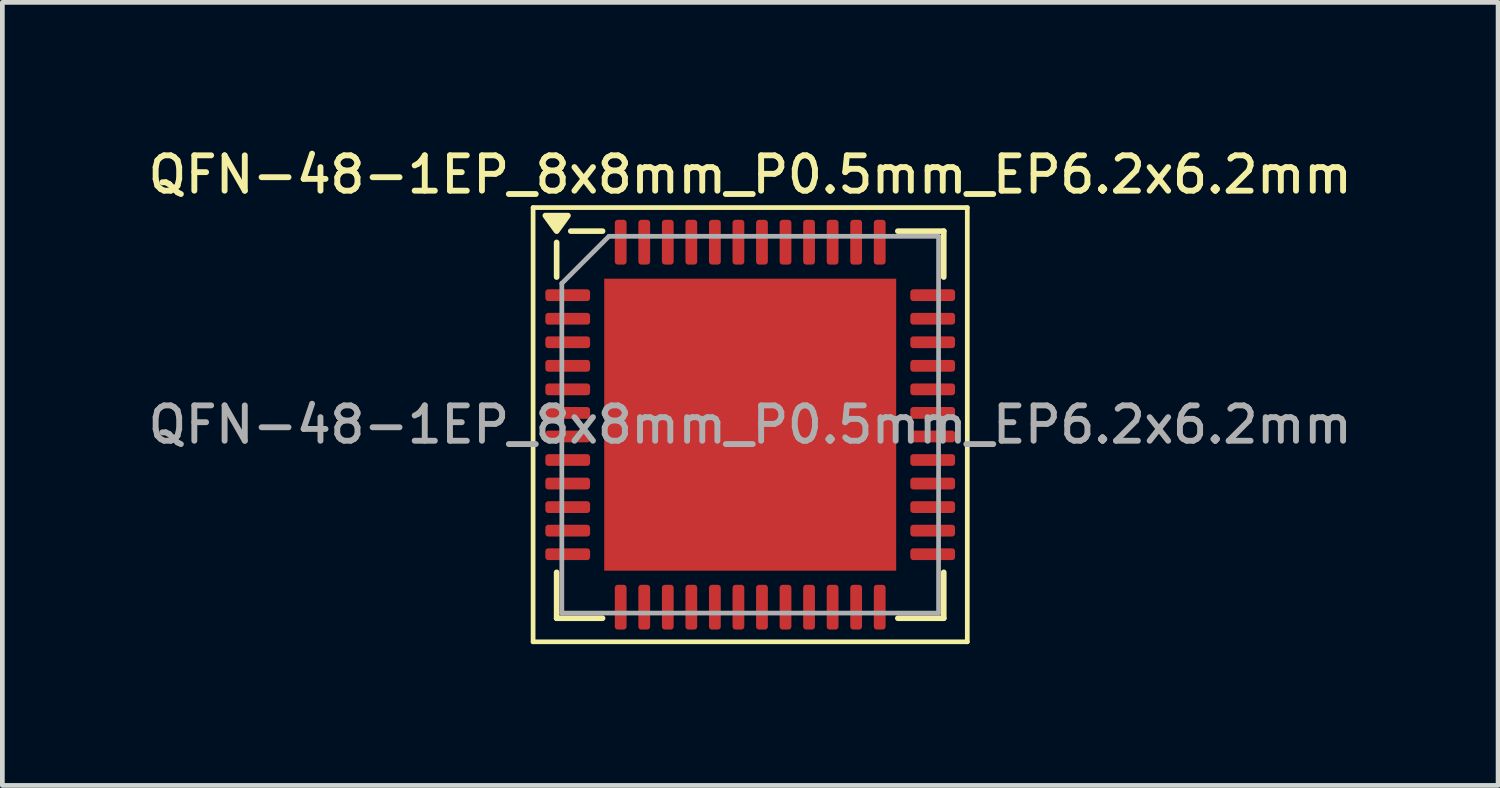
<source format=kicad_pcb>
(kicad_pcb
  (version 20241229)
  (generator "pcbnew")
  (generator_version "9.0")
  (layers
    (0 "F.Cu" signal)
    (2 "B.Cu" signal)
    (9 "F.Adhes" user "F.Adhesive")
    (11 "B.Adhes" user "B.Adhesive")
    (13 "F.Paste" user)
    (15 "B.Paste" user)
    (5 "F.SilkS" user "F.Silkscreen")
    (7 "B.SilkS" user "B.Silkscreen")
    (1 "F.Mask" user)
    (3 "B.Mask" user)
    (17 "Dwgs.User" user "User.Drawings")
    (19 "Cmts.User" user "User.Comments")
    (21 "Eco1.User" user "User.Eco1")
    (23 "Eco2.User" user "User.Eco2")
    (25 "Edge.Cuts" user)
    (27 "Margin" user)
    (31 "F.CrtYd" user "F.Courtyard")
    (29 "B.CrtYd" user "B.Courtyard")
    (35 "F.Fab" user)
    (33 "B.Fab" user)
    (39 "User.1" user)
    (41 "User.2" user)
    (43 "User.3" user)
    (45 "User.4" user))
  (footprint "QFN-48-1EP_8x8mm_P0.5mm_EP6.2x6.2mm"
    (layer "F.Cu")
    (at 12.88 5.968)
    (property "Reference" "QFN-48-1EP_8x8mm_P0.5mm_EP6.2x6.2mm" (at 0 -5.31 0) (layer "F.SilkS") (effects (font (size 0.75 0.75) (thickness 0.125))))
    (attr smd)
    (fp_line (start -4.61 -4.61) (end -4.61 4.61) (stroke (width 0.1) (type solid)) (layer "F.SilkS"))
    (fp_line (start -4.61 4.61) (end 4.61 4.61) (stroke (width 0.1) (type solid)) (layer "F.SilkS"))
    (fp_line (start -4.11 -3.135) (end -4.11 -3.87) (stroke (width 0.12) (type solid)) (layer "F.SilkS"))
    (fp_line (start -4.11 4.11) (end -4.11 3.135) (stroke (width 0.12) (type solid)) (layer "F.SilkS"))
    (fp_line (start -3.135 -4.11) (end -3.81 -4.11) (stroke (width 0.12) (type solid)) (layer "F.SilkS"))
    (fp_line (start -3.135 4.11) (end -4.11 4.11) (stroke (width 0.12) (type solid)) (layer "F.SilkS"))
    (fp_line (start 3.135 -4.11) (end 4.11 -4.11) (stroke (width 0.12) (type solid)) (layer "F.SilkS"))
    (fp_line (start 3.135 4.11) (end 4.11 4.11) (stroke (width 0.12) (type solid)) (layer "F.SilkS"))
    (fp_line (start 4.11 -4.11) (end 4.11 -3.135) (stroke (width 0.12) (type solid)) (layer "F.SilkS"))
    (fp_line (start 4.11 4.11) (end 4.11 3.135) (stroke (width 0.12) (type solid)) (layer "F.SilkS"))
    (fp_line (start 4.61 -4.61) (end -4.61 -4.61) (stroke (width 0.1) (type solid)) (layer "F.SilkS"))
    (fp_line (start 4.61 4.61) (end 4.61 -4.61) (stroke (width 0.1) (type solid)) (layer "F.SilkS"))
    (fp_poly (pts (xy -4.11 -4.11) (xy -4.35 -4.44) (xy -3.87 -4.44) (xy -4.11 -4.11)) (stroke (width 0.12) (type solid)) (fill yes) (layer "F.SilkS"))
    (fp_line (start -4 -3) (end -3 -4) (stroke (width 0.1) (type solid)) (layer "F.Fab"))
    (fp_line (start -4 4) (end -4 -3) (stroke (width 0.1) (type solid)) (layer "F.Fab"))
    (fp_line (start -3 -4) (end 4 -4) (stroke (width 0.1) (type solid)) (layer "F.Fab"))
    (fp_line (start 4 -4) (end 4 4) (stroke (width 0.1) (type solid)) (layer "F.Fab"))
    (fp_line (start 4 4) (end -4 4) (stroke (width 0.1) (type solid)) (layer "F.Fab"))
    (fp_text user "${REFERENCE}" (at 0 0 0) (layer "F.Fab") (effects (font (size 0.75 0.75) (thickness 0.125))))
    (pad "" smd roundrect (at -2.48 -2.48) (size 0.75 0.75) (layers "F.Paste") (roundrect_rratio 0.25))
    (pad "" smd roundrect (at -2.48 -1.24) (size 0.75 0.75) (layers "F.Paste") (roundrect_rratio 0.25))
    (pad "" smd roundrect (at -2.48 0) (size 0.75 0.75) (layers "F.Paste") (roundrect_rratio 0.25))
    (pad "" smd roundrect (at -2.48 1.24) (size 0.75 0.75) (layers "F.Paste") (roundrect_rratio 0.25))
    (pad "" smd roundrect (at -2.48 2.48) (size 0.75 0.75) (layers "F.Paste") (roundrect_rratio 0.25))
    (pad "" smd roundrect (at -1.24 -2.48) (size 0.75 0.75) (layers "F.Paste") (roundrect_rratio 0.25))
    (pad "" smd roundrect (at -1.24 -1.24) (size 0.75 0.75) (layers "F.Paste") (roundrect_rratio 0.25))
    (pad "" smd roundrect (at -1.24 0) (size 0.75 0.75) (layers "F.Paste") (roundrect_rratio 0.25))
    (pad "" smd roundrect (at -1.24 1.24) (size 0.75 0.75) (layers "F.Paste") (roundrect_rratio 0.25))
    (pad "" smd roundrect (at -1.24 2.48) (size 0.75 0.75) (layers "F.Paste") (roundrect_rratio 0.25))
    (pad "" smd roundrect (at 0 -2.48) (size 0.75 0.75) (layers "F.Paste") (roundrect_rratio 0.25))
    (pad "" smd roundrect (at 0 -1.24) (size 0.75 0.75) (layers "F.Paste") (roundrect_rratio 0.25))
    (pad "" smd roundrect (at 0 0) (size 0.75 0.75) (layers "F.Paste") (roundrect_rratio 0.25))
    (pad "" smd roundrect (at 0 1.24) (size 0.75 0.75) (layers "F.Paste") (roundrect_rratio 0.25))
    (pad "" smd roundrect (at 0 2.48) (size 0.75 0.75) (layers "F.Paste") (roundrect_rratio 0.25))
    (pad "" smd roundrect (at 1.24 -2.48) (size 0.75 0.75) (layers "F.Paste") (roundrect_rratio 0.25))
    (pad "" smd roundrect (at 1.24 -1.24) (size 0.75 0.75) (layers "F.Paste") (roundrect_rratio 0.25))
    (pad "" smd roundrect (at 1.24 0) (size 0.75 0.75) (layers "F.Paste") (roundrect_rratio 0.25))
    (pad "" smd roundrect (at 1.24 1.24) (size 0.75 0.75) (layers "F.Paste") (roundrect_rratio 0.25))
    (pad "" smd roundrect (at 1.24 2.48) (size 0.75 0.75) (layers "F.Paste") (roundrect_rratio 0.25))
    (pad "" smd roundrect (at 2.48 -2.48) (size 0.75 0.75) (layers "F.Paste") (roundrect_rratio 0.25))
    (pad "" smd roundrect (at 2.48 -1.24) (size 0.75 0.75) (layers "F.Paste") (roundrect_rratio 0.25))
    (pad "" smd roundrect (at 2.48 0) (size 0.75 0.75) (layers "F.Paste") (roundrect_rratio 0.25))
    (pad "" smd roundrect (at 2.48 1.24) (size 0.75 0.75) (layers "F.Paste") (roundrect_rratio 0.25))
    (pad "" smd roundrect (at 2.48 2.48) (size 0.75 0.75) (layers "F.Paste") (roundrect_rratio 0.25))
    (pad "1" smd roundrect (at -3.875 -2.75) (size 0.95 0.25) (layers "F.Cu" "F.Mask" "F.Paste") (roundrect_rratio 0.25))
    (pad "2" smd roundrect (at -3.875 -2.25) (size 0.95 0.25) (layers "F.Cu" "F.Mask" "F.Paste") (roundrect_rratio 0.25))
    (pad "3" smd roundrect (at -3.875 -1.75) (size 0.95 0.25) (layers "F.Cu" "F.Mask" "F.Paste") (roundrect_rratio 0.25))
    (pad "4" smd roundrect (at -3.875 -1.25) (size 0.95 0.25) (layers "F.Cu" "F.Mask" "F.Paste") (roundrect_rratio 0.25))
    (pad "5" smd roundrect (at -3.875 -0.75) (size 0.95 0.25) (layers "F.Cu" "F.Mask" "F.Paste") (roundrect_rratio 0.25))
    (pad "6" smd roundrect (at -3.875 -0.25) (size 0.95 0.25) (layers "F.Cu" "F.Mask" "F.Paste") (roundrect_rratio 0.25))
    (pad "7" smd roundrect (at -3.875 0.25) (size 0.95 0.25) (layers "F.Cu" "F.Mask" "F.Paste") (roundrect_rratio 0.25))
    (pad "8" smd roundrect (at -3.875 0.75) (size 0.95 0.25) (layers "F.Cu" "F.Mask" "F.Paste") (roundrect_rratio 0.25))
    (pad "9" smd roundrect (at -3.875 1.25) (size 0.95 0.25) (layers "F.Cu" "F.Mask" "F.Paste") (roundrect_rratio 0.25))
    (pad "10" smd roundrect (at -3.875 1.75) (size 0.95 0.25) (layers "F.Cu" "F.Mask" "F.Paste") (roundrect_rratio 0.25))
    (pad "11" smd roundrect (at -3.875 2.25) (size 0.95 0.25) (layers "F.Cu" "F.Mask" "F.Paste") (roundrect_rratio 0.25))
    (pad "12" smd roundrect (at -3.875 2.75) (size 0.95 0.25) (layers "F.Cu" "F.Mask" "F.Paste") (roundrect_rratio 0.25))
    (pad "13" smd roundrect (at -2.75 3.875) (size 0.25 0.95) (layers "F.Cu" "F.Mask" "F.Paste") (roundrect_rratio 0.25))
    (pad "14" smd roundrect (at -2.25 3.875) (size 0.25 0.95) (layers "F.Cu" "F.Mask" "F.Paste") (roundrect_rratio 0.25))
    (pad "15" smd roundrect (at -1.75 3.875) (size 0.25 0.95) (layers "F.Cu" "F.Mask" "F.Paste") (roundrect_rratio 0.25))
    (pad "16" smd roundrect (at -1.25 3.875) (size 0.25 0.95) (layers "F.Cu" "F.Mask" "F.Paste") (roundrect_rratio 0.25))
    (pad "17" smd roundrect (at -0.75 3.875) (size 0.25 0.95) (layers "F.Cu" "F.Mask" "F.Paste") (roundrect_rratio 0.25))
    (pad "18" smd roundrect (at -0.25 3.875) (size 0.25 0.95) (layers "F.Cu" "F.Mask" "F.Paste") (roundrect_rratio 0.25))
    (pad "19" smd roundrect (at 0.25 3.875) (size 0.25 0.95) (layers "F.Cu" "F.Mask" "F.Paste") (roundrect_rratio 0.25))
    (pad "20" smd roundrect (at 0.75 3.875) (size 0.25 0.95) (layers "F.Cu" "F.Mask" "F.Paste") (roundrect_rratio 0.25))
    (pad "21" smd roundrect (at 1.25 3.875) (size 0.25 0.95) (layers "F.Cu" "F.Mask" "F.Paste") (roundrect_rratio 0.25))
    (pad "22" smd roundrect (at 1.75 3.875) (size 0.25 0.95) (layers "F.Cu" "F.Mask" "F.Paste") (roundrect_rratio 0.25))
    (pad "23" smd roundrect (at 2.25 3.875) (size 0.25 0.95) (layers "F.Cu" "F.Mask" "F.Paste") (roundrect_rratio 0.25))
    (pad "24" smd roundrect (at 2.75 3.875) (size 0.25 0.95) (layers "F.Cu" "F.Mask" "F.Paste") (roundrect_rratio 0.25))
    (pad "25" smd roundrect (at 3.875 2.75) (size 0.95 0.25) (layers "F.Cu" "F.Mask" "F.Paste") (roundrect_rratio 0.25))
    (pad "26" smd roundrect (at 3.875 2.25) (size 0.95 0.25) (layers "F.Cu" "F.Mask" "F.Paste") (roundrect_rratio 0.25))
    (pad "27" smd roundrect (at 3.875 1.75) (size 0.95 0.25) (layers "F.Cu" "F.Mask" "F.Paste") (roundrect_rratio 0.25))
    (pad "28" smd roundrect (at 3.875 1.25) (size 0.95 0.25) (layers "F.Cu" "F.Mask" "F.Paste") (roundrect_rratio 0.25))
    (pad "29" smd roundrect (at 3.875 0.75) (size 0.95 0.25) (layers "F.Cu" "F.Mask" "F.Paste") (roundrect_rratio 0.25))
    (pad "30" smd roundrect (at 3.875 0.25) (size 0.95 0.25) (layers "F.Cu" "F.Mask" "F.Paste") (roundrect_rratio 0.25))
    (pad "31" smd roundrect (at 3.875 -0.25) (size 0.95 0.25) (layers "F.Cu" "F.Mask" "F.Paste") (roundrect_rratio 0.25))
    (pad "32" smd roundrect (at 3.875 -0.75) (size 0.95 0.25) (layers "F.Cu" "F.Mask" "F.Paste") (roundrect_rratio 0.25))
    (pad "33" smd roundrect (at 3.875 -1.25) (size 0.95 0.25) (layers "F.Cu" "F.Mask" "F.Paste") (roundrect_rratio 0.25))
    (pad "34" smd roundrect (at 3.875 -1.75) (size 0.95 0.25) (layers "F.Cu" "F.Mask" "F.Paste") (roundrect_rratio 0.25))
    (pad "35" smd roundrect (at 3.875 -2.25) (size 0.95 0.25) (layers "F.Cu" "F.Mask" "F.Paste") (roundrect_rratio 0.25))
    (pad "36" smd roundrect (at 3.875 -2.75) (size 0.95 0.25) (layers "F.Cu" "F.Mask" "F.Paste") (roundrect_rratio 0.25))
    (pad "37" smd roundrect (at 2.75 -3.875) (size 0.25 0.95) (layers "F.Cu" "F.Mask" "F.Paste") (roundrect_rratio 0.25))
    (pad "38" smd roundrect (at 2.25 -3.875) (size 0.25 0.95) (layers "F.Cu" "F.Mask" "F.Paste") (roundrect_rratio 0.25))
    (pad "39" smd roundrect (at 1.75 -3.875) (size 0.25 0.95) (layers "F.Cu" "F.Mask" "F.Paste") (roundrect_rratio 0.25))
    (pad "40" smd roundrect (at 1.25 -3.875) (size 0.25 0.95) (layers "F.Cu" "F.Mask" "F.Paste") (roundrect_rratio 0.25))
    (pad "41" smd roundrect (at 0.75 -3.875) (size 0.25 0.95) (layers "F.Cu" "F.Mask" "F.Paste") (roundrect_rratio 0.25))
    (pad "42" smd roundrect (at 0.25 -3.875) (size 0.25 0.95) (layers "F.Cu" "F.Mask" "F.Paste") (roundrect_rratio 0.25))
    (pad "43" smd roundrect (at -0.25 -3.875) (size 0.25 0.95) (layers "F.Cu" "F.Mask" "F.Paste") (roundrect_rratio 0.25))
    (pad "44" smd roundrect (at -0.75 -3.875) (size 0.25 0.95) (layers "F.Cu" "F.Mask" "F.Paste") (roundrect_rratio 0.25))
    (pad "45" smd roundrect (at -1.25 -3.875) (size 0.25 0.95) (layers "F.Cu" "F.Mask" "F.Paste") (roundrect_rratio 0.25))
    (pad "46" smd roundrect (at -1.75 -3.875) (size 0.25 0.95) (layers "F.Cu" "F.Mask" "F.Paste") (roundrect_rratio 0.25))
    (pad "47" smd roundrect (at -2.25 -3.875) (size 0.25 0.95) (layers "F.Cu" "F.Mask" "F.Paste") (roundrect_rratio 0.25))
    (pad "48" smd roundrect (at -2.75 -3.875) (size 0.25 0.95) (layers "F.Cu" "F.Mask" "F.Paste") (roundrect_rratio 0.25))
    (pad "49" smd rect (at 0 0) (size 6.2 6.2) (property pad_prop_heatsink) (layers "F.Cu" "F.Mask")))
  (gr_rect
    (start -3 -3)
    (end 28.761 13.628)
    (stroke (width 0.1) (type default))
    (fill no)
    (layer "Edge.Cuts")))
</source>
